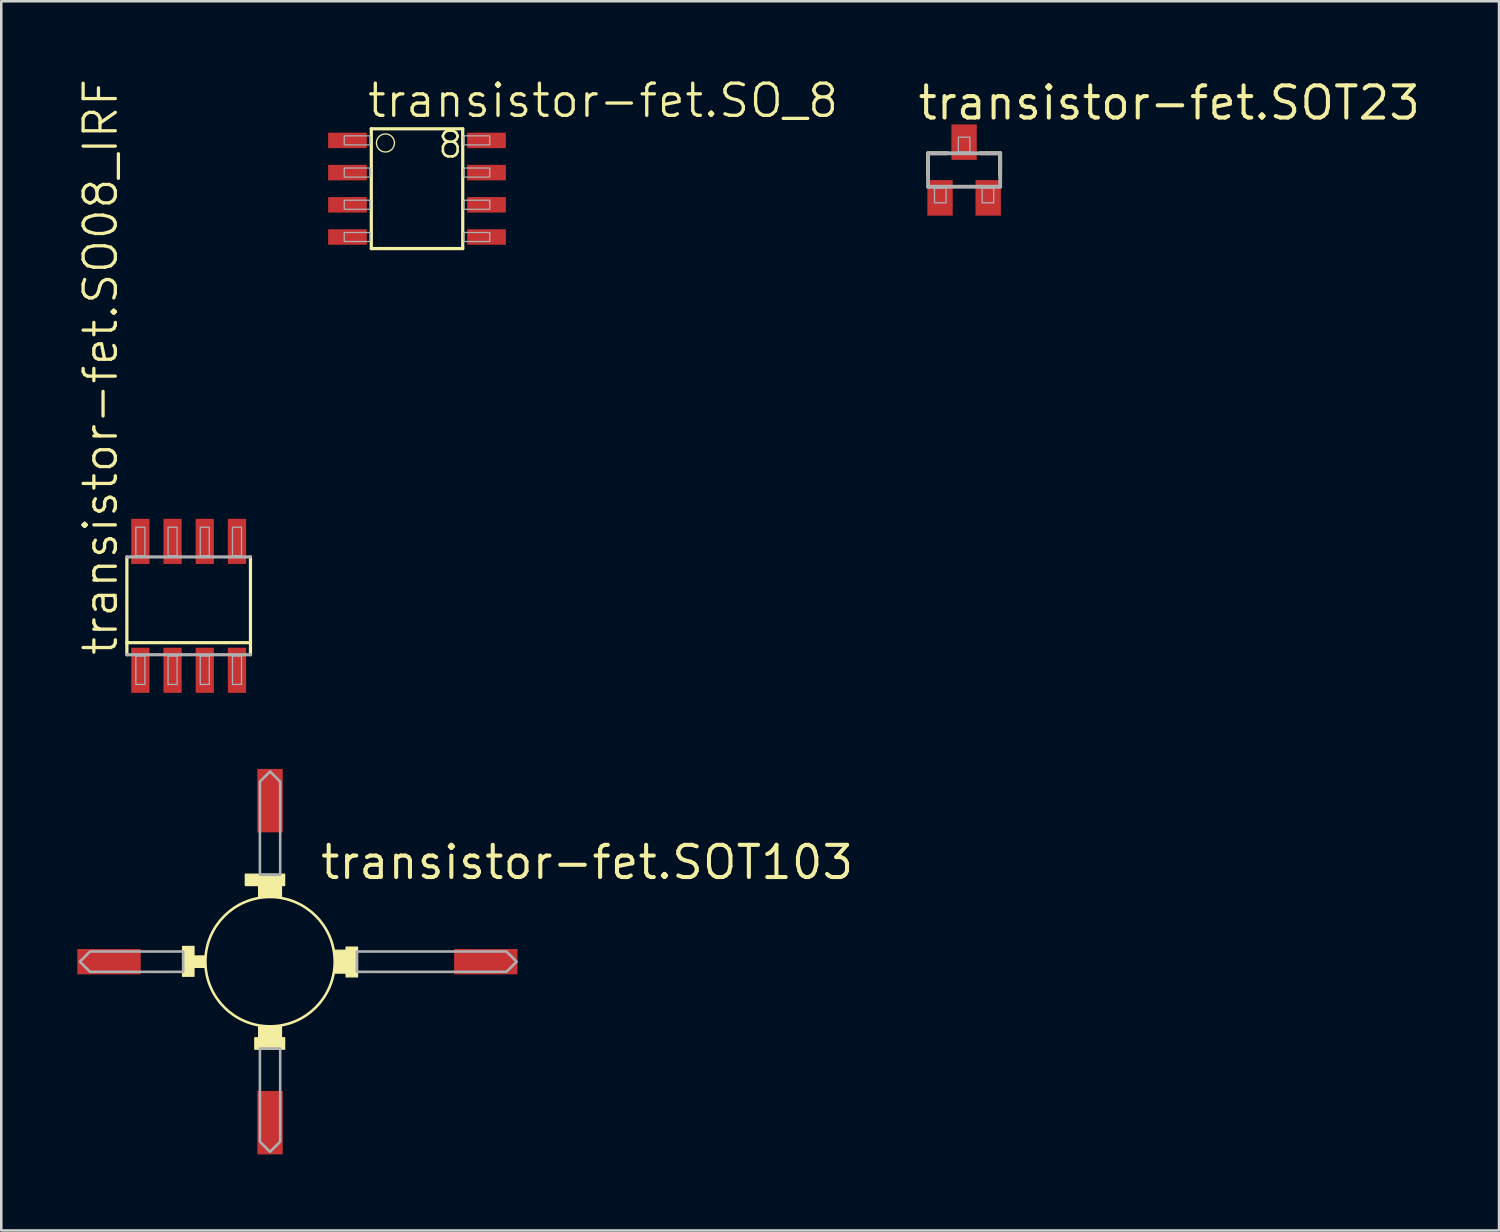
<source format=kicad_pcb>
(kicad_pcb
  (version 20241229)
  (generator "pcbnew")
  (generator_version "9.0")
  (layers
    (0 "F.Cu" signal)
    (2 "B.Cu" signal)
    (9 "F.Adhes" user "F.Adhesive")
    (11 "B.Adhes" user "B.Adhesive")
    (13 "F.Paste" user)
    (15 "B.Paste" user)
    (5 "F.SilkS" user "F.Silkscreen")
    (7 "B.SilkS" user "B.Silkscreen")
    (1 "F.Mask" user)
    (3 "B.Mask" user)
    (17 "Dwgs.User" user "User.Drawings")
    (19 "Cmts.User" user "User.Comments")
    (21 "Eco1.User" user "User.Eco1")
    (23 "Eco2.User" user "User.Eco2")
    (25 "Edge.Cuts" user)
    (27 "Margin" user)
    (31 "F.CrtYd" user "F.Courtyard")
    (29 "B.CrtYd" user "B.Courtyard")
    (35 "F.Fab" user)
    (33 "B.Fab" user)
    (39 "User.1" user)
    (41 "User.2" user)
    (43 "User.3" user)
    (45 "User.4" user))
  (footprint "transistor-fet.SO_8"
    (layer "F.Cu")
    (at 13.396 4.391)
    (property "Reference" "transistor-fet.SO_8" (at -2.032 -2.731 0) (layer "F.SilkS") (effects (font (size 1.27 1.27) (thickness 0.13)) (justify left bottom)))
    (attr smd)
    (fp_line (start -1.803 -2.362) (end -1.803 2.362) (stroke (width 0.127) (type default)) (layer "F.SilkS"))
    (fp_line (start -1.803 2.362) (end 1.803 2.362) (stroke (width 0.127) (type default)) (layer "F.SilkS"))
    (fp_line (start 1.803 -2.362) (end -1.803 -2.362) (stroke (width 0.127) (type default)) (layer "F.SilkS"))
    (fp_line (start 1.803 2.362) (end 1.803 -2.362) (stroke (width 0.127) (type default)) (layer "F.SilkS"))
    (fp_circle (center -1.245 -1.803) (end -0.889 -1.803) (stroke (width 0.051) (type default)) (fill no) (layer "F.SilkS"))
    (fp_rect (start -2.87 -1.727) (end -1.854 -2.083) (stroke (width 0.05) (type default)) (fill no) (layer "F.Fab"))
    (fp_rect (start -2.87 -0.457) (end -1.854 -0.813) (stroke (width 0.05) (type default)) (fill no) (layer "F.Fab"))
    (fp_rect (start -2.87 0.813) (end -1.854 0.457) (stroke (width 0.05) (type default)) (fill no) (layer "F.Fab"))
    (fp_rect (start -2.87 2.083) (end -1.854 1.727) (stroke (width 0.05) (type default)) (fill no) (layer "F.Fab"))
    (fp_rect (start 1.854 -1.727) (end 2.87 -2.083) (stroke (width 0.05) (type default)) (fill no) (layer "F.Fab"))
    (fp_rect (start 1.854 -0.457) (end 2.87 -0.813) (stroke (width 0.05) (type default)) (fill no) (layer "F.Fab"))
    (fp_rect (start 1.854 0.813) (end 2.87 0.457) (stroke (width 0.05) (type default)) (fill no) (layer "F.Fab"))
    (fp_rect (start 1.854 2.083) (end 2.87 1.727) (stroke (width 0.05) (type default)) (fill no) (layer "F.Fab"))
    (fp_text user "8" (at 0.762 -1.143 0) (layer "F.SilkS") (effects (font (size 1.016 1.016) (thickness 0.1)) (justify left bottom)))
    (pad "1" smd roundrect (at -2.743 -1.905) (size 1.524 0.61) (layers "F.Cu" "F.Mask" "F.Paste") (roundrect_rratio 0.01))
    (pad "2" smd roundrect (at -2.743 -0.635) (size 1.524 0.61) (layers "F.Cu" "F.Mask" "F.Paste") (roundrect_rratio 0.01))
    (pad "3" smd roundrect (at -2.743 0.635) (size 1.524 0.61) (layers "F.Cu" "F.Mask" "F.Paste") (roundrect_rratio 0.01))
    (pad "4" smd roundrect (at -2.743 1.905) (size 1.524 0.61) (layers "F.Cu" "F.Mask" "F.Paste") (roundrect_rratio 0.01))
    (pad "5" smd roundrect (at 2.743 1.905) (size 1.524 0.61) (layers "F.Cu" "F.Mask" "F.Paste") (roundrect_rratio 0.01))
    (pad "6" smd roundrect (at 2.743 0.635) (size 1.524 0.61) (layers "F.Cu" "F.Mask" "F.Paste") (roundrect_rratio 0.01))
    (pad "7" smd roundrect (at 2.743 -0.635) (size 1.524 0.61) (layers "F.Cu" "F.Mask" "F.Paste") (roundrect_rratio 0.01))
    (pad "8" smd roundrect (at 2.743 -1.905) (size 1.524 0.61) (layers "F.Cu" "F.Mask" "F.Paste") (roundrect_rratio 0.01)))
  (footprint "transistor-fet.SOT23"
    (layer "F.Cu")
    (at 34.972 3.655)
    (property "Reference" "transistor-fet.SOT23" (at -1.905 -1.905 0) (layer "F.SilkS") (effects (font (size 1.27 1.27) (thickness 0.16)) (justify left bottom)))
    (attr smd)
    (fp_line (start -1.422 -0.66) (end -0.658 -0.66) (stroke (width 0.152) (type default)) (layer "F.SilkS"))
    (fp_line (start -1.422 0.185) (end -1.422 -0.66) (stroke (width 0.152) (type default)) (layer "F.SilkS"))
    (fp_line (start 0.633 -0.66) (end 1.422 -0.66) (stroke (width 0.152) (type default)) (layer "F.SilkS"))
    (fp_line (start 1.422 -0.66) (end 1.422 0.185) (stroke (width 0.152) (type default)) (layer "F.SilkS"))
    (fp_line (start -1.422 -0.66) (end 1.422 -0.66) (stroke (width 0.152) (type default)) (layer "F.Fab"))
    (fp_line (start -1.422 0.66) (end -1.422 -0.66) (stroke (width 0.152) (type default)) (layer "F.Fab"))
    (fp_line (start 1.422 -0.66) (end 1.422 0.66) (stroke (width 0.152) (type default)) (layer "F.Fab"))
    (fp_line (start 1.422 0.66) (end -1.422 0.66) (stroke (width 0.152) (type default)) (layer "F.Fab"))
    (fp_rect (start -1.168 1.295) (end -0.711 0.711) (stroke (width 0.05) (type default)) (fill no) (layer "F.Fab"))
    (fp_rect (start -0.229 -0.711) (end 0.229 -1.295) (stroke (width 0.05) (type default)) (fill no) (layer "F.Fab"))
    (fp_rect (start 0.711 1.295) (end 1.168 0.711) (stroke (width 0.05) (type default)) (fill no) (layer "F.Fab"))
    (pad "1" smd roundrect (at -0.95 1.1) (size 1 1.4) (layers "F.Cu" "F.Mask" "F.Paste") (roundrect_rratio 0.01))
    (pad "2" smd roundrect (at 0.95 1.1) (size 1 1.4) (layers "F.Cu" "F.Mask" "F.Paste") (roundrect_rratio 0.01))
    (pad "3" smd roundrect (at 0 -1.1) (size 1 1.4) (layers "F.Cu" "F.Mask" "F.Paste") (roundrect_rratio 0.01)))
  (footprint "transistor-fet.SO08_IRF"
    (layer "F.Cu")
    (at 4.391 20.843)
    (property "Reference" "transistor-fet.SO08_IRF" (at -2.731 2.032 90) (layer "F.SilkS") (effects (font (size 1.27 1.27) (thickness 0.13)) (justify left bottom)))
    (attr smd)
    (fp_line (start -2.437 -1.928) (end -2.437 1.453) (stroke (width 0.127) (type default)) (layer "F.SilkS"))
    (fp_line (start -2.437 1.453) (end -2.437 1.928) (stroke (width 0.127) (type default)) (layer "F.SilkS"))
    (fp_line (start -2.437 1.453) (end 2.437 1.453) (stroke (width 0.127) (type default)) (layer "F.SilkS"))
    (fp_line (start 2.437 1.453) (end 2.437 -1.928) (stroke (width 0.127) (type default)) (layer "F.SilkS"))
    (fp_line (start 2.437 1.928) (end 2.437 1.453) (stroke (width 0.127) (type default)) (layer "F.SilkS"))
    (fp_line (start -2.437 1.928) (end 2.437 1.928) (stroke (width 0.127) (type default)) (layer "F.Fab"))
    (fp_line (start 2.437 -1.928) (end -2.437 -1.928) (stroke (width 0.127) (type default)) (layer "F.Fab"))
    (fp_rect (start -2.083 -1.979) (end -1.727 -3.1) (stroke (width 0.05) (type default)) (fill no) (layer "F.Fab"))
    (fp_rect (start -2.083 3.1) (end -1.727 1.979) (stroke (width 0.05) (type default)) (fill no) (layer "F.Fab"))
    (fp_rect (start -0.813 -1.979) (end -0.457 -3.1) (stroke (width 0.05) (type default)) (fill no) (layer "F.Fab"))
    (fp_rect (start -0.813 3.1) (end -0.457 1.979) (stroke (width 0.05) (type default)) (fill no) (layer "F.Fab"))
    (fp_rect (start 0.457 -1.979) (end 0.813 -3.1) (stroke (width 0.05) (type default)) (fill no) (layer "F.Fab"))
    (fp_rect (start 0.457 3.1) (end 0.813 1.979) (stroke (width 0.05) (type default)) (fill no) (layer "F.Fab"))
    (fp_rect (start 1.727 -1.979) (end 2.083 -3.1) (stroke (width 0.05) (type default)) (fill no) (layer "F.Fab"))
    (fp_rect (start 1.727 3.1) (end 2.083 1.979) (stroke (width 0.05) (type default)) (fill no) (layer "F.Fab"))
    (pad "1" smd roundrect (at -1.905 2.543) (size 0.72 1.78) (layers "F.Cu" "F.Mask" "F.Paste") (roundrect_rratio 0.01))
    (pad "2" smd roundrect (at -0.635 2.543) (size 0.72 1.78) (layers "F.Cu" "F.Mask" "F.Paste") (roundrect_rratio 0.01))
    (pad "3" smd roundrect (at 0.635 2.543) (size 0.72 1.78) (layers "F.Cu" "F.Mask" "F.Paste") (roundrect_rratio 0.01))
    (pad "4" smd roundrect (at 1.905 2.543) (size 0.72 1.78) (layers "F.Cu" "F.Mask" "F.Paste") (roundrect_rratio 0.01))
    (pad "5" smd roundrect (at 1.905 -2.543) (size 0.72 1.78) (layers "F.Cu" "F.Mask" "F.Paste") (roundrect_rratio 0.01))
    (pad "6" smd roundrect (at 0.635 -2.543) (size 0.72 1.78) (layers "F.Cu" "F.Mask" "F.Paste") (roundrect_rratio 0.01))
    (pad "7" smd roundrect (at -0.635 -2.543) (size 0.72 1.78) (layers "F.Cu" "F.Mask" "F.Paste") (roundrect_rratio 0.01))
    (pad "8" smd roundrect (at -1.905 -2.543) (size 0.72 1.78) (layers "F.Cu" "F.Mask" "F.Paste") (roundrect_rratio 0.01)))
  (footprint "transistor-fet.SOT103"
    (layer "F.Cu")
    (at 7.6 34.876)
    (property "Reference" "transistor-fet.SOT103" (at 1.905 -3.175 0) (layer "F.SilkS") (effects (font (size 1.27 1.27) (thickness 0.16)) (justify left bottom)))
    (attr smd)
    (fp_rect (start -3.45 0.575) (end -3 -0.6) (stroke (width 0.05) (type default)) (fill yes) (layer "F.SilkS"))
    (fp_rect (start -3.025 0.225) (end -2.55 -0.225) (stroke (width 0.05) (type default)) (fill yes) (layer "F.SilkS"))
    (fp_rect (start -0.975 -3) (end 0.575 -3.45) (stroke (width 0.05) (type default)) (fill yes) (layer "F.SilkS"))
    (fp_rect (start -0.6 3.45) (end 0.575 3) (stroke (width 0.05) (type default)) (fill yes) (layer "F.SilkS"))
    (fp_rect (start -0.45 -2.55) (end 0.45 -3.025) (stroke (width 0.05) (type default)) (fill yes) (layer "F.SilkS"))
    (fp_rect (start -0.45 3.025) (end 0.45 2.55) (stroke (width 0.05) (type default)) (fill yes) (layer "F.SilkS"))
    (fp_rect (start 2.55 0.45) (end 3.025 -0.45) (stroke (width 0.05) (type default)) (fill yes) (layer "F.SilkS"))
    (fp_rect (start 3 0.6) (end 3.45 -0.575) (stroke (width 0.05) (type default)) (fill yes) (layer "F.SilkS"))
    (fp_circle (center 0 0) (end 2.55 0) (stroke (width 0.102) (type default)) (fill no) (layer "F.SilkS"))
    (fp_poly (pts (xy -7.1 0.4) (xy -7.5 0) (xy -7.1 -0.4) (xy -3.425 -0.4) (xy -3.425 0.4)) (stroke (width 0.102) (type default)) (fill no) (layer "F.Fab"))
    (fp_poly (pts (xy -0.4 -7.1) (xy 0 -7.5) (xy 0.4 -7.1) (xy 0.4 -3.425) (xy -0.4 -3.425)) (stroke (width 0.102) (type default)) (fill no) (layer "F.Fab"))
    (fp_poly (pts (xy 0.4 7.1) (xy 0 7.5) (xy -0.4 7.1) (xy -0.4 3.425) (xy 0.4 3.425)) (stroke (width 0.102) (type default)) (fill no) (layer "F.Fab"))
    (fp_poly (pts (xy 9.325 -0.4) (xy 9.725 0) (xy 9.325 0.4) (xy 3.425 0.4) (xy 3.425 -0.4)) (stroke (width 0.102) (type default)) (fill no) (layer "F.Fab"))
    (pad "1-S" smd roundrect (at 0 -6.35 270) (size 2.5 1) (layers "F.Cu" "F.Mask" "F.Paste") (roundrect_rratio 0.01))
    (pad "2-D" smd roundrect (at 8.51 0) (size 2.5 1) (layers "F.Cu" "F.Mask" "F.Paste") (roundrect_rratio 0.01))
    (pad "3-G2" smd roundrect (at 0 6.35 90) (size 2.5 1) (layers "F.Cu" "F.Mask" "F.Paste") (roundrect_rratio 0.01))
    (pad "4-G1" smd roundrect (at -6.35 0 180) (size 2.5 1) (layers "F.Cu" "F.Mask" "F.Paste") (roundrect_rratio 0.01)))
  (gr_rect
    (start -3 -3)
    (end 56.068 45.476)
    (stroke (width 0.1) (type default))
    (fill no)
    (layer "Edge.Cuts")))
</source>
